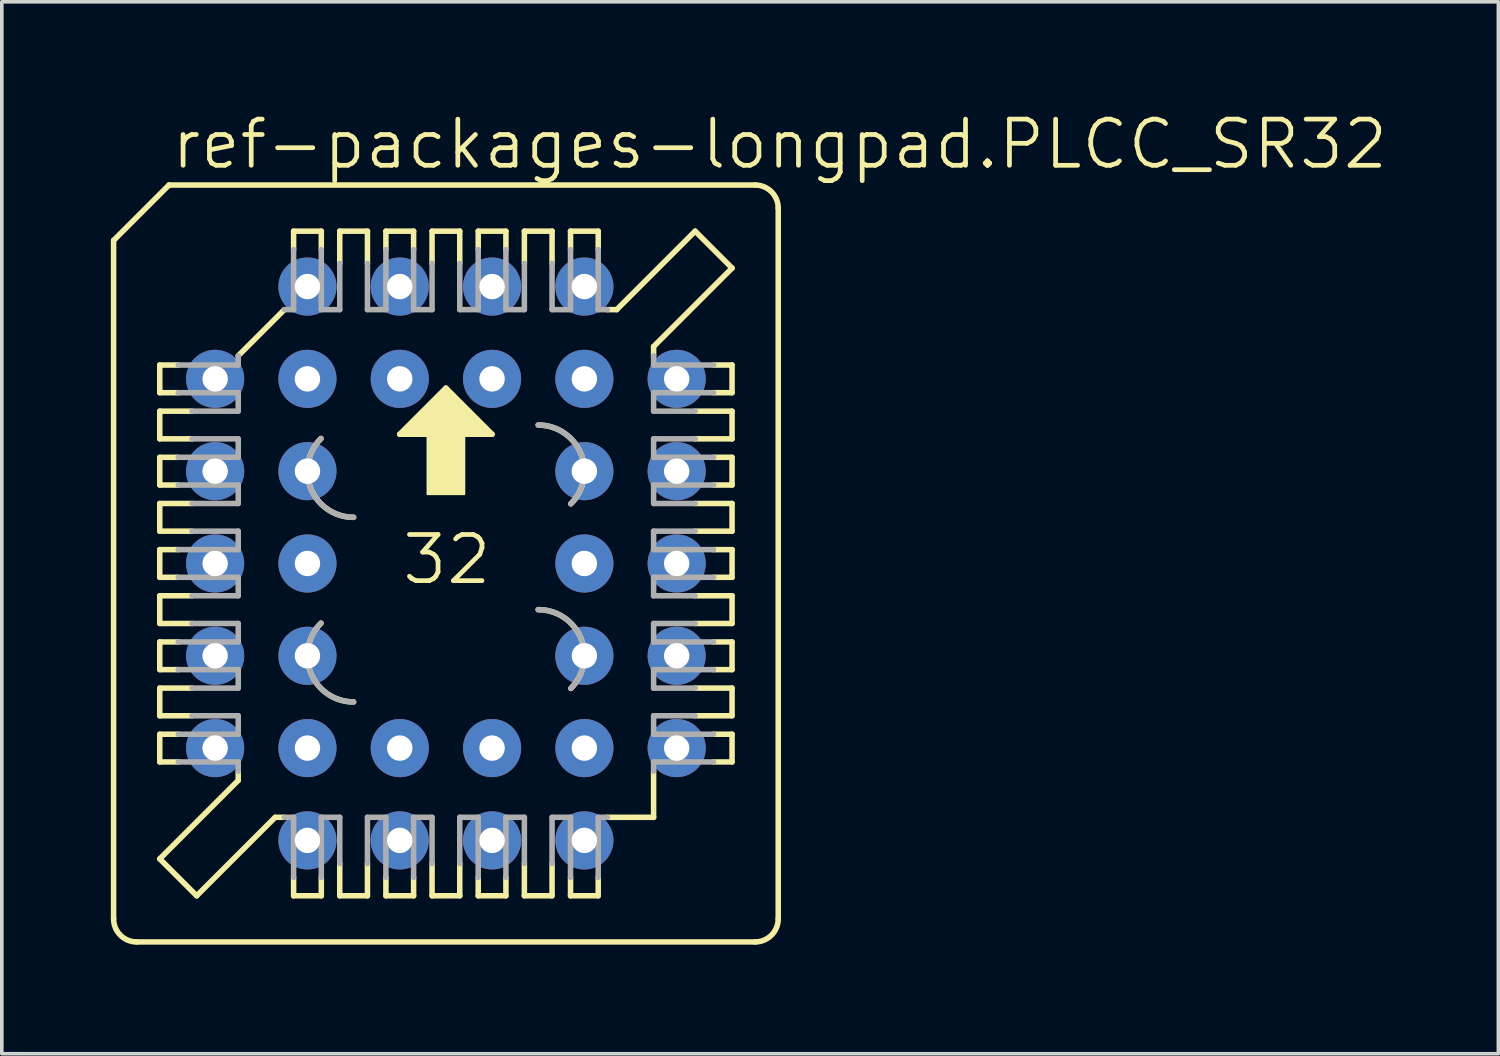
<source format=kicad_pcb>
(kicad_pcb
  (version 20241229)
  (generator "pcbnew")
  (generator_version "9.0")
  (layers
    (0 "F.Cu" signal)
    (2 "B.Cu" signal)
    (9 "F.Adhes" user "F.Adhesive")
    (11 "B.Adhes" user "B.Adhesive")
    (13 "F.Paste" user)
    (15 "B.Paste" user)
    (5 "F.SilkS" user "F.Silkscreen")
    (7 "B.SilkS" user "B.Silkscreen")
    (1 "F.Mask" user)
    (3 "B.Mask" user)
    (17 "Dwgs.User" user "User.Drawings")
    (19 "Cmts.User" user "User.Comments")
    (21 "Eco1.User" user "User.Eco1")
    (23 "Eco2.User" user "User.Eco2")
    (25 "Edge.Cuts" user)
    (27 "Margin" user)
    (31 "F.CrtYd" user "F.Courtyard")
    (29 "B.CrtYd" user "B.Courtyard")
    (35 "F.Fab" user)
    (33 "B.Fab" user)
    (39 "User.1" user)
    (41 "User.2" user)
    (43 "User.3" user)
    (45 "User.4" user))
  (footprint "ref-packages-longpad.PLCC_SR32"
    (layer "F.Cu")
    (at 9.22 12.455)
    (property "Reference" "ref-packages-longpad.PLCC_SR32" (at -7.62 -10.795 0) (layer "F.SilkS") (effects (font (size 1.27 1.27) (thickness 0.13)) (justify left bottom)))
    (attr through_hole)
    (fp_line (start -9.144 -8.89) (end -9.144 9.779) (stroke (width 0.152) (type default)) (layer "F.SilkS"))
    (fp_line (start -7.874 -5.461) (end -7.366 -5.461) (stroke (width 0.152) (type default)) (layer "F.SilkS"))
    (fp_line (start -7.874 -4.699) (end -7.874 -5.461) (stroke (width 0.152) (type default)) (layer "F.SilkS"))
    (fp_line (start -7.874 -4.191) (end -6.985 -4.191) (stroke (width 0.152) (type default)) (layer "F.SilkS"))
    (fp_line (start -7.874 -3.429) (end -7.874 -4.191) (stroke (width 0.152) (type default)) (layer "F.SilkS"))
    (fp_line (start -7.874 -2.921) (end -7.366 -2.921) (stroke (width 0.152) (type default)) (layer "F.SilkS"))
    (fp_line (start -7.874 -2.159) (end -7.874 -2.921) (stroke (width 0.152) (type default)) (layer "F.SilkS"))
    (fp_line (start -7.874 -1.651) (end -6.985 -1.651) (stroke (width 0.152) (type default)) (layer "F.SilkS"))
    (fp_line (start -7.874 -0.889) (end -7.874 -1.651) (stroke (width 0.152) (type default)) (layer "F.SilkS"))
    (fp_line (start -7.874 -0.381) (end -7.366 -0.381) (stroke (width 0.152) (type default)) (layer "F.SilkS"))
    (fp_line (start -7.874 0.381) (end -7.874 -0.381) (stroke (width 0.152) (type default)) (layer "F.SilkS"))
    (fp_line (start -7.874 0.889) (end -6.985 0.889) (stroke (width 0.152) (type default)) (layer "F.SilkS"))
    (fp_line (start -7.874 1.651) (end -7.874 0.889) (stroke (width 0.152) (type default)) (layer "F.SilkS"))
    (fp_line (start -7.874 2.159) (end -7.366 2.159) (stroke (width 0.152) (type default)) (layer "F.SilkS"))
    (fp_line (start -7.874 2.921) (end -7.874 2.159) (stroke (width 0.152) (type default)) (layer "F.SilkS"))
    (fp_line (start -7.874 3.429) (end -6.985 3.429) (stroke (width 0.152) (type default)) (layer "F.SilkS"))
    (fp_line (start -7.874 4.191) (end -7.874 3.429) (stroke (width 0.152) (type default)) (layer "F.SilkS"))
    (fp_line (start -7.874 4.699) (end -7.366 4.699) (stroke (width 0.152) (type default)) (layer "F.SilkS"))
    (fp_line (start -7.874 5.461) (end -7.874 4.699) (stroke (width 0.152) (type default)) (layer "F.SilkS"))
    (fp_line (start -7.874 8.128) (end -5.715 5.969) (stroke (width 0.152) (type default)) (layer "F.SilkS"))
    (fp_line (start -7.62 -10.414) (end -9.144 -8.89) (stroke (width 0.152) (type default)) (layer "F.SilkS"))
    (fp_line (start -7.366 -4.699) (end -7.874 -4.699) (stroke (width 0.152) (type default)) (layer "F.SilkS"))
    (fp_line (start -7.366 -2.159) (end -7.874 -2.159) (stroke (width 0.152) (type default)) (layer "F.SilkS"))
    (fp_line (start -7.366 0.381) (end -7.874 0.381) (stroke (width 0.152) (type default)) (layer "F.SilkS"))
    (fp_line (start -7.366 2.921) (end -7.874 2.921) (stroke (width 0.152) (type default)) (layer "F.SilkS"))
    (fp_line (start -7.366 5.461) (end -7.874 5.461) (stroke (width 0.152) (type default)) (layer "F.SilkS"))
    (fp_line (start -6.985 -3.429) (end -7.874 -3.429) (stroke (width 0.152) (type default)) (layer "F.SilkS"))
    (fp_line (start -6.985 -0.889) (end -7.874 -0.889) (stroke (width 0.152) (type default)) (layer "F.SilkS"))
    (fp_line (start -6.985 1.651) (end -7.874 1.651) (stroke (width 0.152) (type default)) (layer "F.SilkS"))
    (fp_line (start -6.985 4.191) (end -7.874 4.191) (stroke (width 0.152) (type default)) (layer "F.SilkS"))
    (fp_line (start -6.858 9.144) (end -7.874 8.128) (stroke (width 0.152) (type default)) (layer "F.SilkS"))
    (fp_line (start -6.858 9.144) (end -4.699 6.985) (stroke (width 0.152) (type default)) (layer "F.SilkS"))
    (fp_line (start -5.715 -5.715) (end -4.445 -6.985) (stroke (width 0.152) (type default)) (layer "F.SilkS"))
    (fp_line (start -5.715 5.969) (end -5.715 5.715) (stroke (width 0.152) (type default)) (layer "F.SilkS"))
    (fp_line (start -4.699 6.985) (end -4.445 6.985) (stroke (width 0.152) (type default)) (layer "F.SilkS"))
    (fp_line (start -4.191 -9.144) (end -4.191 -8.636) (stroke (width 0.152) (type default)) (layer "F.SilkS"))
    (fp_line (start -4.191 8.636) (end -4.191 9.144) (stroke (width 0.152) (type default)) (layer "F.SilkS"))
    (fp_line (start -4.191 9.144) (end -3.429 9.144) (stroke (width 0.152) (type default)) (layer "F.SilkS"))
    (fp_line (start -3.429 -9.144) (end -4.191 -9.144) (stroke (width 0.152) (type default)) (layer "F.SilkS"))
    (fp_line (start -3.429 -8.636) (end -3.429 -9.144) (stroke (width 0.152) (type default)) (layer "F.SilkS"))
    (fp_line (start -3.429 9.144) (end -3.429 8.636) (stroke (width 0.152) (type default)) (layer "F.SilkS"))
    (fp_line (start -2.921 -9.144) (end -2.921 -8.255) (stroke (width 0.152) (type default)) (layer "F.SilkS"))
    (fp_line (start -2.921 8.255) (end -2.921 9.144) (stroke (width 0.152) (type default)) (layer "F.SilkS"))
    (fp_line (start -2.921 9.144) (end -2.159 9.144) (stroke (width 0.152) (type default)) (layer "F.SilkS"))
    (fp_line (start -2.159 -9.144) (end -2.921 -9.144) (stroke (width 0.152) (type default)) (layer "F.SilkS"))
    (fp_line (start -2.159 -8.255) (end -2.159 -9.144) (stroke (width 0.152) (type default)) (layer "F.SilkS"))
    (fp_line (start -2.159 9.144) (end -2.159 8.255) (stroke (width 0.152) (type default)) (layer "F.SilkS"))
    (fp_line (start -1.651 -9.144) (end -1.651 -8.636) (stroke (width 0.152) (type default)) (layer "F.SilkS"))
    (fp_line (start -1.651 8.636) (end -1.651 9.144) (stroke (width 0.152) (type default)) (layer "F.SilkS"))
    (fp_line (start -1.651 9.144) (end -0.889 9.144) (stroke (width 0.152) (type default)) (layer "F.SilkS"))
    (fp_line (start -1.27 -3.556) (end 1.27 -3.556) (stroke (width 0.152) (type default)) (layer "F.SilkS"))
    (fp_line (start -0.889 -9.144) (end -1.651 -9.144) (stroke (width 0.152) (type default)) (layer "F.SilkS"))
    (fp_line (start -0.889 -8.636) (end -0.889 -9.144) (stroke (width 0.152) (type default)) (layer "F.SilkS"))
    (fp_line (start -0.889 9.144) (end -0.889 8.636) (stroke (width 0.152) (type default)) (layer "F.SilkS"))
    (fp_line (start -0.381 -9.144) (end -0.381 -8.255) (stroke (width 0.152) (type default)) (layer "F.SilkS"))
    (fp_line (start -0.381 8.255) (end -0.381 9.144) (stroke (width 0.152) (type default)) (layer "F.SilkS"))
    (fp_line (start -0.381 9.144) (end 0.381 9.144) (stroke (width 0.152) (type default)) (layer "F.SilkS"))
    (fp_line (start 0 -4.826) (end -1.27 -3.556) (stroke (width 0.152) (type default)) (layer "F.SilkS"))
    (fp_line (start 0.381 -9.144) (end -0.381 -9.144) (stroke (width 0.152) (type default)) (layer "F.SilkS"))
    (fp_line (start 0.381 -8.255) (end 0.381 -9.144) (stroke (width 0.152) (type default)) (layer "F.SilkS"))
    (fp_line (start 0.381 9.144) (end 0.381 8.255) (stroke (width 0.152) (type default)) (layer "F.SilkS"))
    (fp_line (start 0.889 -9.144) (end 0.889 -8.636) (stroke (width 0.152) (type default)) (layer "F.SilkS"))
    (fp_line (start 0.889 8.636) (end 0.889 9.144) (stroke (width 0.152) (type default)) (layer "F.SilkS"))
    (fp_line (start 0.889 9.144) (end 1.651 9.144) (stroke (width 0.152) (type default)) (layer "F.SilkS"))
    (fp_line (start 1.27 -3.556) (end 0 -4.826) (stroke (width 0.152) (type default)) (layer "F.SilkS"))
    (fp_line (start 1.651 -9.144) (end 0.889 -9.144) (stroke (width 0.152) (type default)) (layer "F.SilkS"))
    (fp_line (start 1.651 -8.636) (end 1.651 -9.144) (stroke (width 0.152) (type default)) (layer "F.SilkS"))
    (fp_line (start 1.651 9.144) (end 1.651 8.636) (stroke (width 0.152) (type default)) (layer "F.SilkS"))
    (fp_line (start 2.159 -9.144) (end 2.159 -8.255) (stroke (width 0.152) (type default)) (layer "F.SilkS"))
    (fp_line (start 2.159 8.255) (end 2.159 9.144) (stroke (width 0.152) (type default)) (layer "F.SilkS"))
    (fp_line (start 2.159 9.144) (end 2.921 9.144) (stroke (width 0.152) (type default)) (layer "F.SilkS"))
    (fp_line (start 2.921 -9.144) (end 2.159 -9.144) (stroke (width 0.152) (type default)) (layer "F.SilkS"))
    (fp_line (start 2.921 -8.255) (end 2.921 -9.144) (stroke (width 0.152) (type default)) (layer "F.SilkS"))
    (fp_line (start 2.921 9.144) (end 2.921 8.255) (stroke (width 0.152) (type default)) (layer "F.SilkS"))
    (fp_line (start 3.429 -9.144) (end 3.429 -8.636) (stroke (width 0.152) (type default)) (layer "F.SilkS"))
    (fp_line (start 3.429 8.636) (end 3.429 9.144) (stroke (width 0.152) (type default)) (layer "F.SilkS"))
    (fp_line (start 3.429 9.144) (end 4.191 9.144) (stroke (width 0.152) (type default)) (layer "F.SilkS"))
    (fp_line (start 4.191 -9.144) (end 3.429 -9.144) (stroke (width 0.152) (type default)) (layer "F.SilkS"))
    (fp_line (start 4.191 -8.636) (end 4.191 -9.144) (stroke (width 0.152) (type default)) (layer "F.SilkS"))
    (fp_line (start 4.191 9.144) (end 4.191 8.636) (stroke (width 0.152) (type default)) (layer "F.SilkS"))
    (fp_line (start 4.445 6.985) (end 5.715 6.985) (stroke (width 0.152) (type default)) (layer "F.SilkS"))
    (fp_line (start 4.699 -6.985) (end 4.445 -6.985) (stroke (width 0.152) (type default)) (layer "F.SilkS"))
    (fp_line (start 5.715 -5.969) (end 5.715 -5.715) (stroke (width 0.152) (type default)) (layer "F.SilkS"))
    (fp_line (start 5.715 5.715) (end 5.715 6.985) (stroke (width 0.152) (type default)) (layer "F.SilkS"))
    (fp_line (start 6.858 -9.144) (end 4.699 -6.985) (stroke (width 0.152) (type default)) (layer "F.SilkS"))
    (fp_line (start 6.858 -4.191) (end 7.874 -4.191) (stroke (width 0.152) (type default)) (layer "F.SilkS"))
    (fp_line (start 6.858 -1.651) (end 7.874 -1.651) (stroke (width 0.152) (type default)) (layer "F.SilkS"))
    (fp_line (start 6.858 0.889) (end 7.874 0.889) (stroke (width 0.152) (type default)) (layer "F.SilkS"))
    (fp_line (start 6.858 3.429) (end 7.874 3.429) (stroke (width 0.152) (type default)) (layer "F.SilkS"))
    (fp_line (start 7.366 -5.461) (end 7.874 -5.461) (stroke (width 0.152) (type default)) (layer "F.SilkS"))
    (fp_line (start 7.366 -2.921) (end 7.874 -2.921) (stroke (width 0.152) (type default)) (layer "F.SilkS"))
    (fp_line (start 7.366 -0.381) (end 7.874 -0.381) (stroke (width 0.152) (type default)) (layer "F.SilkS"))
    (fp_line (start 7.366 2.159) (end 7.874 2.159) (stroke (width 0.152) (type default)) (layer "F.SilkS"))
    (fp_line (start 7.366 4.699) (end 7.874 4.699) (stroke (width 0.152) (type default)) (layer "F.SilkS"))
    (fp_line (start 7.874 -8.128) (end 5.715 -5.969) (stroke (width 0.152) (type default)) (layer "F.SilkS"))
    (fp_line (start 7.874 -8.128) (end 6.858 -9.144) (stroke (width 0.152) (type default)) (layer "F.SilkS"))
    (fp_line (start 7.874 -5.461) (end 7.874 -4.699) (stroke (width 0.152) (type default)) (layer "F.SilkS"))
    (fp_line (start 7.874 -4.699) (end 7.366 -4.699) (stroke (width 0.152) (type default)) (layer "F.SilkS"))
    (fp_line (start 7.874 -4.191) (end 7.874 -3.429) (stroke (width 0.152) (type default)) (layer "F.SilkS"))
    (fp_line (start 7.874 -3.429) (end 6.858 -3.429) (stroke (width 0.152) (type default)) (layer "F.SilkS"))
    (fp_line (start 7.874 -2.921) (end 7.874 -2.159) (stroke (width 0.152) (type default)) (layer "F.SilkS"))
    (fp_line (start 7.874 -2.159) (end 7.366 -2.159) (stroke (width 0.152) (type default)) (layer "F.SilkS"))
    (fp_line (start 7.874 -1.651) (end 7.874 -0.889) (stroke (width 0.152) (type default)) (layer "F.SilkS"))
    (fp_line (start 7.874 -0.889) (end 6.858 -0.889) (stroke (width 0.152) (type default)) (layer "F.SilkS"))
    (fp_line (start 7.874 -0.381) (end 7.874 0.381) (stroke (width 0.152) (type default)) (layer "F.SilkS"))
    (fp_line (start 7.874 0.381) (end 7.366 0.381) (stroke (width 0.152) (type default)) (layer "F.SilkS"))
    (fp_line (start 7.874 0.889) (end 7.874 1.651) (stroke (width 0.152) (type default)) (layer "F.SilkS"))
    (fp_line (start 7.874 1.651) (end 6.858 1.651) (stroke (width 0.152) (type default)) (layer "F.SilkS"))
    (fp_line (start 7.874 2.159) (end 7.874 2.921) (stroke (width 0.152) (type default)) (layer "F.SilkS"))
    (fp_line (start 7.874 2.921) (end 7.366 2.921) (stroke (width 0.152) (type default)) (layer "F.SilkS"))
    (fp_line (start 7.874 3.429) (end 7.874 4.191) (stroke (width 0.152) (type default)) (layer "F.SilkS"))
    (fp_line (start 7.874 4.191) (end 6.858 4.191) (stroke (width 0.152) (type default)) (layer "F.SilkS"))
    (fp_line (start 7.874 4.699) (end 7.874 5.461) (stroke (width 0.152) (type default)) (layer "F.SilkS"))
    (fp_line (start 7.874 5.461) (end 7.366 5.461) (stroke (width 0.152) (type default)) (layer "F.SilkS"))
    (fp_line (start 8.509 -10.414) (end -7.62 -10.414) (stroke (width 0.152) (type default)) (layer "F.SilkS"))
    (fp_line (start 8.509 10.414) (end -8.509 10.414) (stroke (width 0.152) (type default)) (layer "F.SilkS"))
    (fp_line (start 9.144 9.779) (end 9.144 -9.779) (stroke (width 0.152) (type default)) (layer "F.SilkS"))
    (fp_rect (start -1.143 -3.556) (end -0.889 -3.683) (stroke (width 0.05) (type default)) (fill yes) (layer "F.SilkS"))
    (fp_rect (start -1.016 -3.683) (end -0.889 -3.81) (stroke (width 0.05) (type default)) (fill yes) (layer "F.SilkS"))
    (fp_rect (start -0.889 -3.556) (end 0.889 -3.937) (stroke (width 0.05) (type default)) (fill yes) (layer "F.SilkS"))
    (fp_rect (start -0.762 -3.937) (end -0.635 -4.064) (stroke (width 0.05) (type default)) (fill yes) (layer "F.SilkS"))
    (fp_rect (start -0.635 -3.937) (end 0.635 -4.191) (stroke (width 0.05) (type default)) (fill yes) (layer "F.SilkS"))
    (fp_rect (start -0.508 -4.191) (end -0.381 -4.318) (stroke (width 0.05) (type default)) (fill yes) (layer "F.SilkS"))
    (fp_rect (start -0.508 -1.905) (end 0.508 -3.81) (stroke (width 0.05) (type default)) (fill yes) (layer "F.SilkS"))
    (fp_rect (start -0.381 -4.191) (end 0.381 -4.445) (stroke (width 0.05) (type default)) (fill yes) (layer "F.SilkS"))
    (fp_rect (start -0.254 -4.445) (end -0.127 -4.572) (stroke (width 0.05) (type default)) (fill yes) (layer "F.SilkS"))
    (fp_rect (start -0.127 -4.445) (end 0.127 -4.699) (stroke (width 0.05) (type default)) (fill yes) (layer "F.SilkS"))
    (fp_rect (start 0.127 -4.445) (end 0.254 -4.572) (stroke (width 0.05) (type default)) (fill yes) (layer "F.SilkS"))
    (fp_rect (start 0.381 -4.191) (end 0.508 -4.318) (stroke (width 0.05) (type default)) (fill yes) (layer "F.SilkS"))
    (fp_rect (start 0.635 -3.937) (end 0.762 -4.064) (stroke (width 0.05) (type default)) (fill yes) (layer "F.SilkS"))
    (fp_rect (start 0.889 -3.683) (end 1.016 -3.81) (stroke (width 0.05) (type default)) (fill yes) (layer "F.SilkS"))
    (fp_rect (start 0.889 -3.556) (end 1.143 -3.683) (stroke (width 0.05) (type default)) (fill yes) (layer "F.SilkS"))
    (fp_arc (start -8.509 10.414) (mid -8.958013 10.228013) (end -9.144 9.779) (stroke (width 0.1524) (type default)) (layer "F.SilkS"))
    (fp_arc (start -2.54 -1.2699) (mid -3.713356 -2.053931) (end -3.438 -3.438) (stroke (width 0.1524) (type default)) (layer "F.SilkS"))
    (fp_arc (start -2.54 3.81) (mid -3.71331 3.026014) (end -3.438 1.642) (stroke (width 0.1524) (type default)) (layer "F.SilkS"))
    (fp_arc (start 2.54 -3.81) (mid 3.71331 -3.026014) (end 3.438 -1.642) (stroke (width 0.1524) (type default)) (layer "F.SilkS"))
    (fp_arc (start 2.54 1.27) (mid 3.713245 2.053962) (end 3.4379 3.4379) (stroke (width 0.1524) (type default)) (layer "F.SilkS"))
    (fp_arc (start 8.509 -10.414) (mid 8.958013 -10.228013) (end 9.144 -9.779) (stroke (width 0.1524) (type default)) (layer "F.SilkS"))
    (fp_arc (start 9.144 9.779) (mid 8.958013 10.228013) (end 8.509 10.414) (stroke (width 0.1524) (type default)) (layer "F.SilkS"))
    (fp_line (start -7.366 -4.699) (end -5.715 -4.699) (stroke (width 0.152) (type default)) (layer "F.Fab"))
    (fp_line (start -7.366 -2.159) (end -5.715 -2.159) (stroke (width 0.152) (type default)) (layer "F.Fab"))
    (fp_line (start -7.366 0.381) (end -5.715 0.381) (stroke (width 0.152) (type default)) (layer "F.Fab"))
    (fp_line (start -7.366 2.921) (end -5.715 2.921) (stroke (width 0.152) (type default)) (layer "F.Fab"))
    (fp_line (start -7.366 5.461) (end -5.715 5.461) (stroke (width 0.152) (type default)) (layer "F.Fab"))
    (fp_line (start -6.985 -3.429) (end -5.715 -3.429) (stroke (width 0.152) (type default)) (layer "F.Fab"))
    (fp_line (start -6.985 -0.889) (end -5.715 -0.889) (stroke (width 0.152) (type default)) (layer "F.Fab"))
    (fp_line (start -6.985 1.651) (end -5.715 1.651) (stroke (width 0.152) (type default)) (layer "F.Fab"))
    (fp_line (start -6.985 4.191) (end -5.715 4.191) (stroke (width 0.152) (type default)) (layer "F.Fab"))
    (fp_line (start -5.715 -5.461) (end -7.366 -5.461) (stroke (width 0.152) (type default)) (layer "F.Fab"))
    (fp_line (start -5.715 -5.461) (end -5.715 -5.715) (stroke (width 0.152) (type default)) (layer "F.Fab"))
    (fp_line (start -5.715 -4.191) (end -6.985 -4.191) (stroke (width 0.152) (type default)) (layer "F.Fab"))
    (fp_line (start -5.715 -4.191) (end -5.715 -4.699) (stroke (width 0.152) (type default)) (layer "F.Fab"))
    (fp_line (start -5.715 -2.921) (end -7.366 -2.921) (stroke (width 0.152) (type default)) (layer "F.Fab"))
    (fp_line (start -5.715 -2.921) (end -5.715 -3.429) (stroke (width 0.152) (type default)) (layer "F.Fab"))
    (fp_line (start -5.715 -1.651) (end -6.985 -1.651) (stroke (width 0.152) (type default)) (layer "F.Fab"))
    (fp_line (start -5.715 -1.651) (end -5.715 -2.159) (stroke (width 0.152) (type default)) (layer "F.Fab"))
    (fp_line (start -5.715 -0.381) (end -7.366 -0.381) (stroke (width 0.152) (type default)) (layer "F.Fab"))
    (fp_line (start -5.715 -0.381) (end -5.715 -0.889) (stroke (width 0.152) (type default)) (layer "F.Fab"))
    (fp_line (start -5.715 0.889) (end -6.985 0.889) (stroke (width 0.152) (type default)) (layer "F.Fab"))
    (fp_line (start -5.715 0.889) (end -5.715 0.381) (stroke (width 0.152) (type default)) (layer "F.Fab"))
    (fp_line (start -5.715 2.159) (end -7.366 2.159) (stroke (width 0.152) (type default)) (layer "F.Fab"))
    (fp_line (start -5.715 2.159) (end -5.715 1.651) (stroke (width 0.152) (type default)) (layer "F.Fab"))
    (fp_line (start -5.715 3.429) (end -6.985 3.429) (stroke (width 0.152) (type default)) (layer "F.Fab"))
    (fp_line (start -5.715 3.429) (end -5.715 2.921) (stroke (width 0.152) (type default)) (layer "F.Fab"))
    (fp_line (start -5.715 4.699) (end -7.366 4.699) (stroke (width 0.152) (type default)) (layer "F.Fab"))
    (fp_line (start -5.715 4.699) (end -5.715 4.191) (stroke (width 0.152) (type default)) (layer "F.Fab"))
    (fp_line (start -5.715 5.715) (end -5.715 5.461) (stroke (width 0.152) (type default)) (layer "F.Fab"))
    (fp_line (start -4.191 -6.985) (end -4.445 -6.985) (stroke (width 0.152) (type default)) (layer "F.Fab"))
    (fp_line (start -4.191 -6.985) (end -4.191 -8.636) (stroke (width 0.152) (type default)) (layer "F.Fab"))
    (fp_line (start -4.191 6.985) (end -4.445 6.985) (stroke (width 0.152) (type default)) (layer "F.Fab"))
    (fp_line (start -4.191 8.636) (end -4.191 6.985) (stroke (width 0.152) (type default)) (layer "F.Fab"))
    (fp_line (start -3.429 -8.636) (end -3.429 -6.985) (stroke (width 0.152) (type default)) (layer "F.Fab"))
    (fp_line (start -3.429 6.985) (end -3.429 8.636) (stroke (width 0.152) (type default)) (layer "F.Fab"))
    (fp_line (start -3.429 6.985) (end -2.921 6.985) (stroke (width 0.152) (type default)) (layer "F.Fab"))
    (fp_line (start -2.921 -6.985) (end -3.429 -6.985) (stroke (width 0.152) (type default)) (layer "F.Fab"))
    (fp_line (start -2.921 -6.985) (end -2.921 -8.255) (stroke (width 0.152) (type default)) (layer "F.Fab"))
    (fp_line (start -2.921 8.255) (end -2.921 6.985) (stroke (width 0.152) (type default)) (layer "F.Fab"))
    (fp_line (start -2.159 -8.255) (end -2.159 -6.985) (stroke (width 0.152) (type default)) (layer "F.Fab"))
    (fp_line (start -2.159 6.985) (end -2.159 8.255) (stroke (width 0.152) (type default)) (layer "F.Fab"))
    (fp_line (start -2.159 6.985) (end -1.651 6.985) (stroke (width 0.152) (type default)) (layer "F.Fab"))
    (fp_line (start -1.651 -6.985) (end -2.159 -6.985) (stroke (width 0.152) (type default)) (layer "F.Fab"))
    (fp_line (start -1.651 -6.985) (end -1.651 -8.636) (stroke (width 0.152) (type default)) (layer "F.Fab"))
    (fp_line (start -1.651 8.636) (end -1.651 6.985) (stroke (width 0.152) (type default)) (layer "F.Fab"))
    (fp_line (start -0.889 -8.636) (end -0.889 -6.985) (stroke (width 0.152) (type default)) (layer "F.Fab"))
    (fp_line (start -0.889 6.985) (end -0.889 8.636) (stroke (width 0.152) (type default)) (layer "F.Fab"))
    (fp_line (start -0.889 6.985) (end -0.381 6.985) (stroke (width 0.152) (type default)) (layer "F.Fab"))
    (fp_line (start -0.381 -6.985) (end -0.889 -6.985) (stroke (width 0.152) (type default)) (layer "F.Fab"))
    (fp_line (start -0.381 -6.985) (end -0.381 -8.255) (stroke (width 0.152) (type default)) (layer "F.Fab"))
    (fp_line (start -0.381 8.255) (end -0.381 6.985) (stroke (width 0.152) (type default)) (layer "F.Fab"))
    (fp_line (start 0.381 -8.255) (end 0.381 -6.985) (stroke (width 0.152) (type default)) (layer "F.Fab"))
    (fp_line (start 0.381 6.985) (end 0.381 8.255) (stroke (width 0.152) (type default)) (layer "F.Fab"))
    (fp_line (start 0.381 6.985) (end 0.889 6.985) (stroke (width 0.152) (type default)) (layer "F.Fab"))
    (fp_line (start 0.889 -6.985) (end 0.381 -6.985) (stroke (width 0.152) (type default)) (layer "F.Fab"))
    (fp_line (start 0.889 -6.985) (end 0.889 -8.636) (stroke (width 0.152) (type default)) (layer "F.Fab"))
    (fp_line (start 0.889 8.636) (end 0.889 6.985) (stroke (width 0.152) (type default)) (layer "F.Fab"))
    (fp_line (start 1.651 -8.636) (end 1.651 -6.985) (stroke (width 0.152) (type default)) (layer "F.Fab"))
    (fp_line (start 1.651 6.985) (end 1.651 8.636) (stroke (width 0.152) (type default)) (layer "F.Fab"))
    (fp_line (start 1.651 6.985) (end 2.159 6.985) (stroke (width 0.152) (type default)) (layer "F.Fab"))
    (fp_line (start 2.159 -6.985) (end 1.651 -6.985) (stroke (width 0.152) (type default)) (layer "F.Fab"))
    (fp_line (start 2.159 -6.985) (end 2.159 -8.255) (stroke (width 0.152) (type default)) (layer "F.Fab"))
    (fp_line (start 2.159 8.255) (end 2.159 6.985) (stroke (width 0.152) (type default)) (layer "F.Fab"))
    (fp_line (start 2.921 -8.255) (end 2.921 -6.985) (stroke (width 0.152) (type default)) (layer "F.Fab"))
    (fp_line (start 2.921 6.985) (end 2.921 8.255) (stroke (width 0.152) (type default)) (layer "F.Fab"))
    (fp_line (start 2.921 6.985) (end 3.429 6.985) (stroke (width 0.152) (type default)) (layer "F.Fab"))
    (fp_line (start 3.429 -6.985) (end 2.921 -6.985) (stroke (width 0.152) (type default)) (layer "F.Fab"))
    (fp_line (start 3.429 -6.985) (end 3.429 -8.636) (stroke (width 0.152) (type default)) (layer "F.Fab"))
    (fp_line (start 3.429 8.636) (end 3.429 6.985) (stroke (width 0.152) (type default)) (layer "F.Fab"))
    (fp_line (start 4.191 -8.636) (end 4.191 -6.985) (stroke (width 0.152) (type default)) (layer "F.Fab"))
    (fp_line (start 4.191 -6.985) (end 4.445 -6.985) (stroke (width 0.152) (type default)) (layer "F.Fab"))
    (fp_line (start 4.191 6.985) (end 4.191 8.636) (stroke (width 0.152) (type default)) (layer "F.Fab"))
    (fp_line (start 4.445 6.985) (end 4.191 6.985) (stroke (width 0.152) (type default)) (layer "F.Fab"))
    (fp_line (start 5.715 -5.461) (end 5.715 -5.715) (stroke (width 0.152) (type default)) (layer "F.Fab"))
    (fp_line (start 5.715 -4.699) (end 5.715 -4.191) (stroke (width 0.152) (type default)) (layer "F.Fab"))
    (fp_line (start 5.715 -4.699) (end 7.366 -4.699) (stroke (width 0.152) (type default)) (layer "F.Fab"))
    (fp_line (start 5.715 -3.429) (end 5.715 -2.921) (stroke (width 0.152) (type default)) (layer "F.Fab"))
    (fp_line (start 5.715 -3.429) (end 6.858 -3.429) (stroke (width 0.152) (type default)) (layer "F.Fab"))
    (fp_line (start 5.715 -2.159) (end 5.715 -1.651) (stroke (width 0.152) (type default)) (layer "F.Fab"))
    (fp_line (start 5.715 -2.159) (end 7.366 -2.159) (stroke (width 0.152) (type default)) (layer "F.Fab"))
    (fp_line (start 5.715 -0.889) (end 5.715 -0.381) (stroke (width 0.152) (type default)) (layer "F.Fab"))
    (fp_line (start 5.715 -0.889) (end 6.858 -0.889) (stroke (width 0.152) (type default)) (layer "F.Fab"))
    (fp_line (start 5.715 0.381) (end 5.715 0.889) (stroke (width 0.152) (type default)) (layer "F.Fab"))
    (fp_line (start 5.715 0.381) (end 7.366 0.381) (stroke (width 0.152) (type default)) (layer "F.Fab"))
    (fp_line (start 5.715 1.651) (end 5.715 2.159) (stroke (width 0.152) (type default)) (layer "F.Fab"))
    (fp_line (start 5.715 1.651) (end 6.858 1.651) (stroke (width 0.152) (type default)) (layer "F.Fab"))
    (fp_line (start 5.715 2.921) (end 5.715 3.429) (stroke (width 0.152) (type default)) (layer "F.Fab"))
    (fp_line (start 5.715 2.921) (end 7.366 2.921) (stroke (width 0.152) (type default)) (layer "F.Fab"))
    (fp_line (start 5.715 4.191) (end 5.715 4.699) (stroke (width 0.152) (type default)) (layer "F.Fab"))
    (fp_line (start 5.715 4.191) (end 6.858 4.191) (stroke (width 0.152) (type default)) (layer "F.Fab"))
    (fp_line (start 5.715 5.461) (end 7.366 5.461) (stroke (width 0.152) (type default)) (layer "F.Fab"))
    (fp_line (start 5.715 5.715) (end 5.715 5.461) (stroke (width 0.152) (type default)) (layer "F.Fab"))
    (fp_line (start 6.858 -4.191) (end 5.715 -4.191) (stroke (width 0.152) (type default)) (layer "F.Fab"))
    (fp_line (start 6.858 -1.651) (end 5.715 -1.651) (stroke (width 0.152) (type default)) (layer "F.Fab"))
    (fp_line (start 6.858 0.889) (end 5.715 0.889) (stroke (width 0.152) (type default)) (layer "F.Fab"))
    (fp_line (start 6.858 3.429) (end 5.715 3.429) (stroke (width 0.152) (type default)) (layer "F.Fab"))
    (fp_line (start 7.366 -5.461) (end 5.715 -5.461) (stroke (width 0.152) (type default)) (layer "F.Fab"))
    (fp_line (start 7.366 -2.921) (end 5.715 -2.921) (stroke (width 0.152) (type default)) (layer "F.Fab"))
    (fp_line (start 7.366 -0.381) (end 5.715 -0.381) (stroke (width 0.152) (type default)) (layer "F.Fab"))
    (fp_line (start 7.366 2.159) (end 5.715 2.159) (stroke (width 0.152) (type default)) (layer "F.Fab"))
    (fp_line (start 7.366 4.699) (end 5.715 4.699) (stroke (width 0.152) (type default)) (layer "F.Fab"))
    (fp_arc (start -3.81 -2.54) (mid -3.71331 -3.025997) (end -3.438 -3.438) (stroke (width 0.1524) (type default)) (layer "F.Fab"))
    (fp_arc (start -3.81 2.54) (mid -3.71331 2.054003) (end -3.438 1.642) (stroke (width 0.1524) (type default)) (layer "F.Fab"))
    (fp_arc (start -2.54 -1.27) (mid -3.438026 -1.641974) (end -3.81 -2.54) (stroke (width 0.1524) (type default)) (layer "F.Fab"))
    (fp_arc (start -2.54 3.81) (mid -3.438026 3.438026) (end -3.81 2.54) (stroke (width 0.1524) (type default)) (layer "F.Fab"))
    (fp_arc (start 2.54 -3.81) (mid 3.438026 -3.438026) (end 3.81 -2.54) (stroke (width 0.1524) (type default)) (layer "F.Fab"))
    (fp_arc (start 2.54 1.27) (mid 3.438026 1.641974) (end 3.81 2.54) (stroke (width 0.1524) (type default)) (layer "F.Fab"))
    (fp_arc (start 3.81 -2.54) (mid 3.71331 -2.054003) (end 3.438 -1.642) (stroke (width 0.1524) (type default)) (layer "F.Fab"))
    (fp_arc (start 3.81 2.54) (mid 3.71331 3.025997) (end 3.438 3.438) (stroke (width 0.1524) (type default)) (layer "F.Fab"))
    (fp_text user "32" (at -1.27 0.635 0) (layer "F.SilkS") (effects (font (size 1.27 1.27) (thickness 0.13)) (justify left bottom)))
    (pad "1" thru_hole circle (at 1.27 -5.08) (size 1.6 1.6) (drill 0.7) (layers "*.Cu" "*.Mask"))
    (pad "2" thru_hole circle (at -1.27 -7.62) (size 1.6 1.6) (drill 0.7) (layers "*.Cu" "*.Mask"))
    (pad "3" thru_hole circle (at -1.27 -5.08) (size 1.6 1.6) (drill 0.7) (layers "*.Cu" "*.Mask"))
    (pad "4" thru_hole circle (at -3.81 -7.62) (size 1.6 1.6) (drill 0.7) (layers "*.Cu" "*.Mask"))
    (pad "5" thru_hole circle (at -6.35 -5.08) (size 1.6 1.6) (drill 0.7) (layers "*.Cu" "*.Mask"))
    (pad "6" thru_hole circle (at -3.81 -5.08) (size 1.6 1.6) (drill 0.7) (layers "*.Cu" "*.Mask"))
    (pad "7" thru_hole circle (at -6.35 -2.54) (size 1.6 1.6) (drill 0.7) (layers "*.Cu" "*.Mask"))
    (pad "8" thru_hole circle (at -3.81 -2.54) (size 1.6 1.6) (drill 0.7) (layers "*.Cu" "*.Mask"))
    (pad "9" thru_hole circle (at -6.35 0) (size 1.6 1.6) (drill 0.7) (layers "*.Cu" "*.Mask"))
    (pad "10" thru_hole circle (at -3.81 0) (size 1.6 1.6) (drill 0.7) (layers "*.Cu" "*.Mask"))
    (pad "11" thru_hole circle (at -6.35 2.54) (size 1.6 1.6) (drill 0.7) (layers "*.Cu" "*.Mask"))
    (pad "12" thru_hole circle (at -3.81 2.54) (size 1.6 1.6) (drill 0.7) (layers "*.Cu" "*.Mask"))
    (pad "13" thru_hole circle (at -6.35 5.08) (size 1.6 1.6) (drill 0.7) (layers "*.Cu" "*.Mask"))
    (pad "14" thru_hole circle (at -3.81 7.62) (size 1.6 1.6) (drill 0.7) (layers "*.Cu" "*.Mask"))
    (pad "15" thru_hole circle (at -3.81 5.08) (size 1.6 1.6) (drill 0.7) (layers "*.Cu" "*.Mask"))
    (pad "16" thru_hole circle (at -1.27 7.62) (size 1.6 1.6) (drill 0.7) (layers "*.Cu" "*.Mask"))
    (pad "17" thru_hole circle (at -1.27 5.08) (size 1.6 1.6) (drill 0.7) (layers "*.Cu" "*.Mask"))
    (pad "18" thru_hole circle (at 1.27 7.62) (size 1.6 1.6) (drill 0.7) (layers "*.Cu" "*.Mask"))
    (pad "19" thru_hole circle (at 1.27 5.08) (size 1.6 1.6) (drill 0.7) (layers "*.Cu" "*.Mask"))
    (pad "20" thru_hole circle (at 3.81 7.62) (size 1.6 1.6) (drill 0.7) (layers "*.Cu" "*.Mask"))
    (pad "21" thru_hole circle (at 6.35 5.08) (size 1.6 1.6) (drill 0.7) (layers "*.Cu" "*.Mask"))
    (pad "22" thru_hole circle (at 3.81 5.08) (size 1.6 1.6) (drill 0.7) (layers "*.Cu" "*.Mask"))
    (pad "23" thru_hole circle (at 6.35 2.54) (size 1.6 1.6) (drill 0.7) (layers "*.Cu" "*.Mask"))
    (pad "24" thru_hole circle (at 3.81 2.54) (size 1.6 1.6) (drill 0.7) (layers "*.Cu" "*.Mask"))
    (pad "25" thru_hole circle (at 6.35 0) (size 1.6 1.6) (drill 0.7) (layers "*.Cu" "*.Mask"))
    (pad "26" thru_hole circle (at 3.81 0) (size 1.6 1.6) (drill 0.7) (layers "*.Cu" "*.Mask"))
    (pad "27" thru_hole circle (at 6.35 -2.54) (size 1.6 1.6) (drill 0.7) (layers "*.Cu" "*.Mask"))
    (pad "28" thru_hole circle (at 3.81 -2.54) (size 1.6 1.6) (drill 0.7) (layers "*.Cu" "*.Mask"))
    (pad "29" thru_hole circle (at 6.35 -5.08) (size 1.6 1.6) (drill 0.7) (layers "*.Cu" "*.Mask"))
    (pad "30" thru_hole circle (at 3.81 -7.62) (size 1.6 1.6) (drill 0.7) (layers "*.Cu" "*.Mask"))
    (pad "31" thru_hole circle (at 3.81 -5.08) (size 1.6 1.6) (drill 0.7) (layers "*.Cu" "*.Mask"))
    (pad "32" thru_hole circle (at 1.27 -7.62) (size 1.6 1.6) (drill 0.7) (layers "*.Cu" "*.Mask")))
  (gr_rect
    (start -3 -3)
    (end 38.18 25.945)
    (stroke (width 0.1) (type default))
    (fill no)
    (layer "Edge.Cuts")))
</source>
